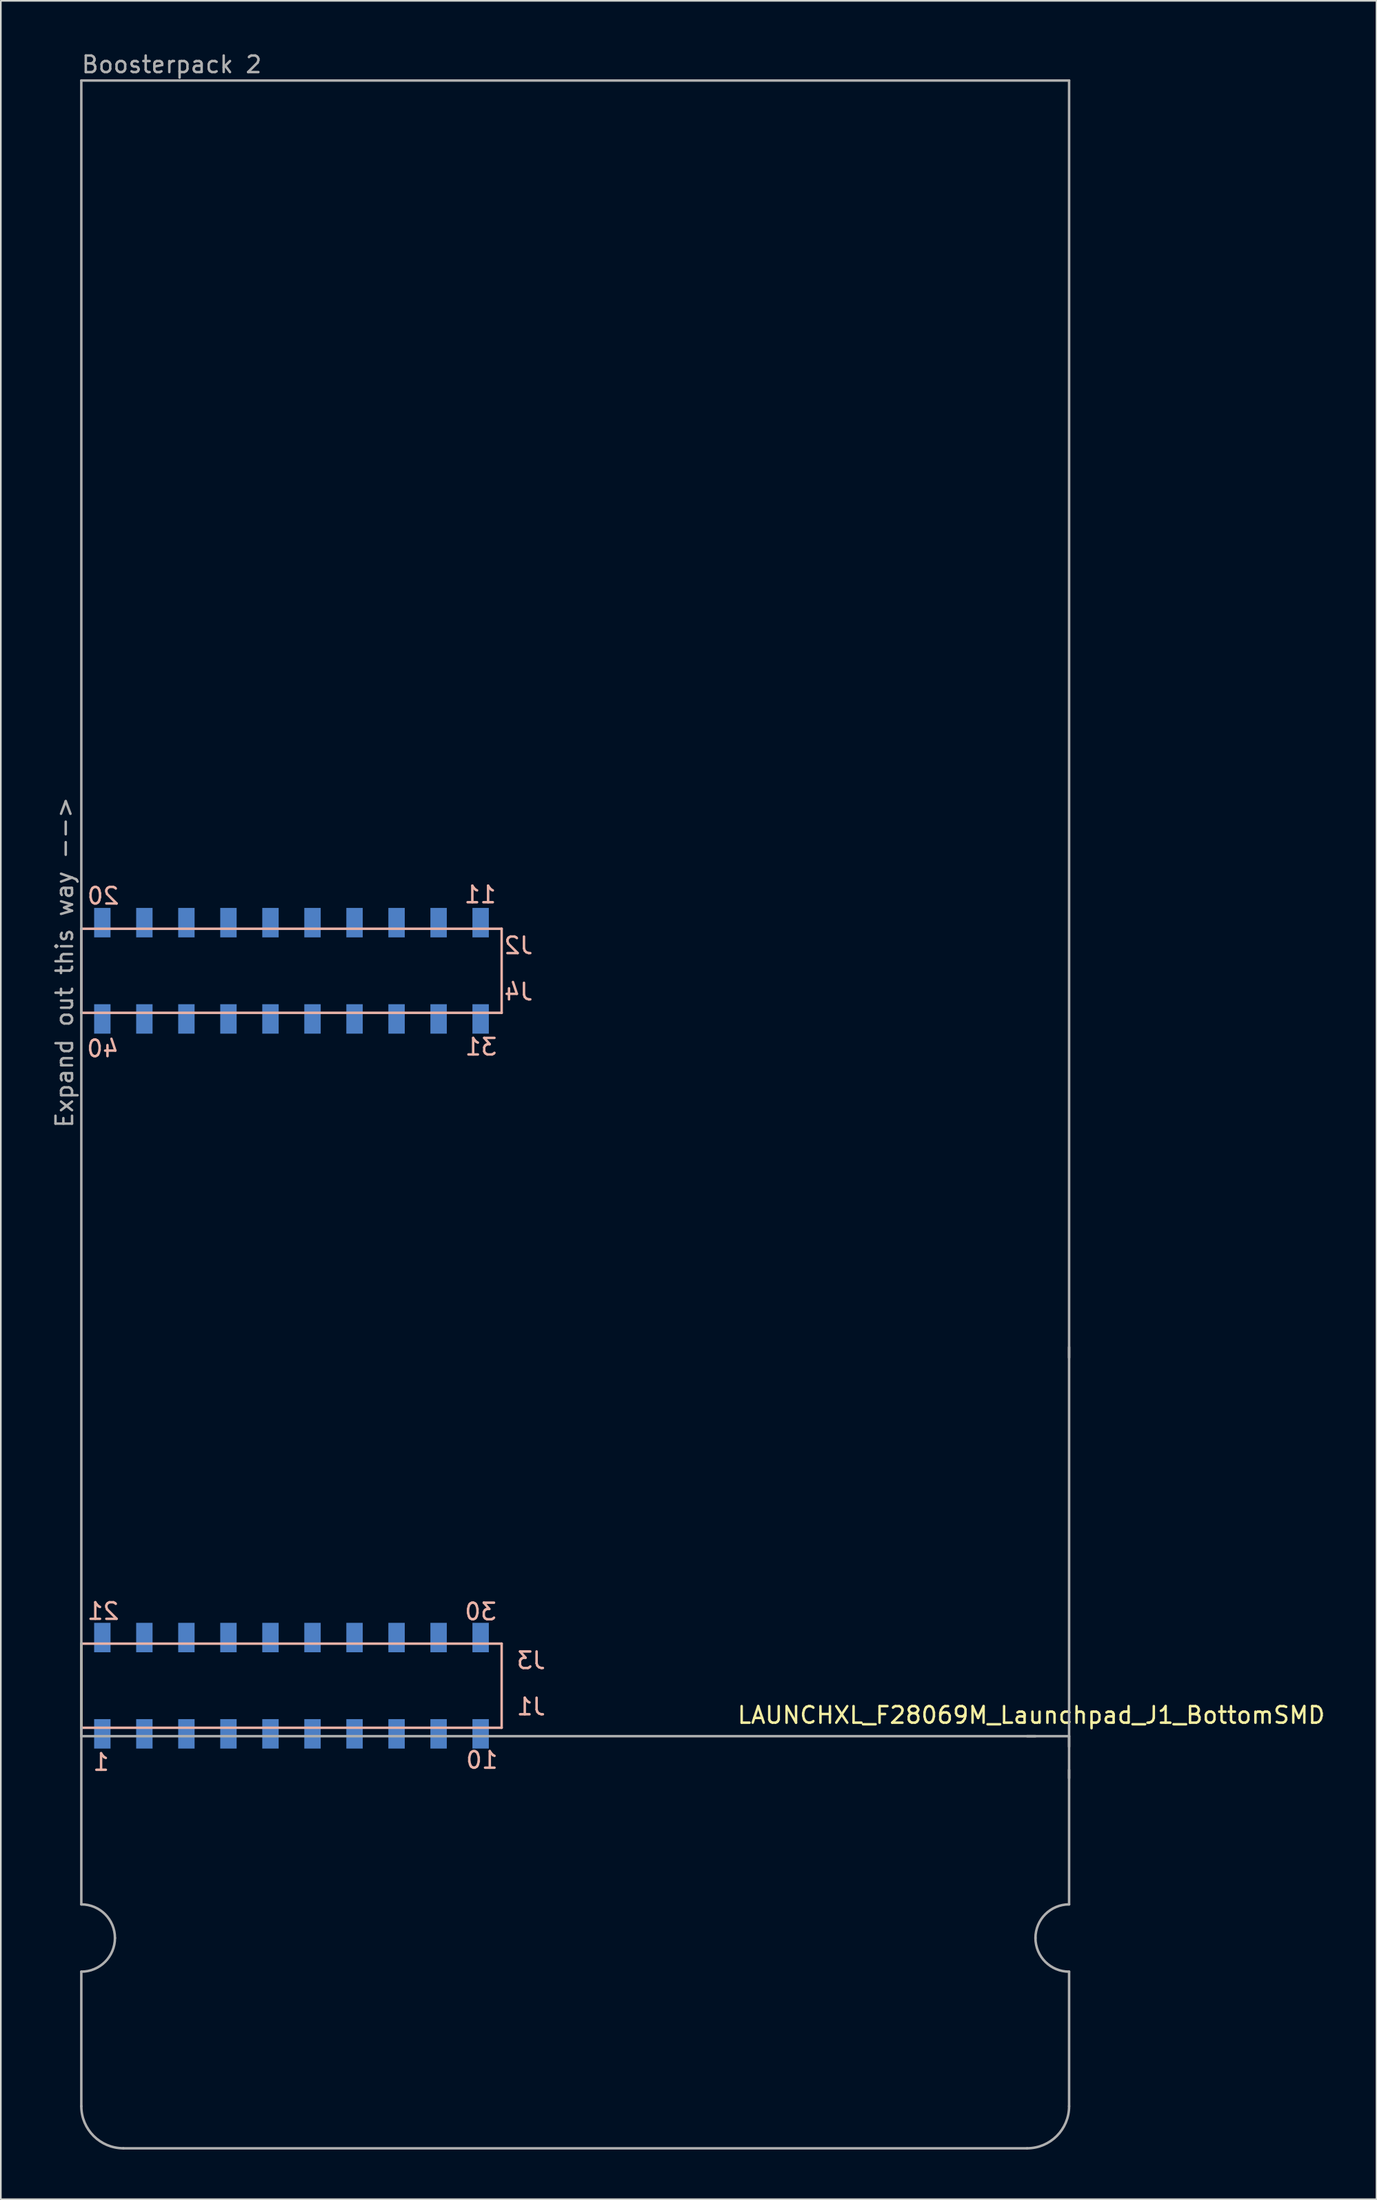
<source format=kicad_pcb>
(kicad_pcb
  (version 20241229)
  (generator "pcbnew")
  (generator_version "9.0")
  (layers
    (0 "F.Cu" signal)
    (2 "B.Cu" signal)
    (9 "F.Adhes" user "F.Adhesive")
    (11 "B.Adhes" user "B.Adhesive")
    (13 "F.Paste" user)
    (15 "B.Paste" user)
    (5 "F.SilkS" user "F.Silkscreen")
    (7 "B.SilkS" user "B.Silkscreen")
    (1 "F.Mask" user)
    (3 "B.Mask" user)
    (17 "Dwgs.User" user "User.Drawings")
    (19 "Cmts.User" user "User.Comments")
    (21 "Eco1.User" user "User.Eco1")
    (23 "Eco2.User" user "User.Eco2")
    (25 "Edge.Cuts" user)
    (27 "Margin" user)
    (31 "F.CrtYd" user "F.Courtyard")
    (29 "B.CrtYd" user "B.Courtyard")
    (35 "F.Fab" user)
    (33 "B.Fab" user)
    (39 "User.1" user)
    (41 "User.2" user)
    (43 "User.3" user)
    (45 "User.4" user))
  (footprint "LAUNCHXL_F28069M_Launchpad_J1_BottomSMD"
    (layer "F.Cu")
    (at 3.134 97.495)
    (property "Reference" "LAUNCHXL_F28069M_Launchpad_J1_BottomSMD" (at 56.134 3.048 180) (layer "F.SilkS") (effects (font (size 1 1) (thickness 0.15))))
    (attr through_hole)
    (fp_line (start -1.27 -1.27) (end -1.27 3.81) (stroke (width 0.15) (type solid)) (layer "F.SilkS"))
    (fp_line (start -1.27 -44.45) (end -1.27 -39.37) (stroke (width 0.15) (type solid)) (layer "B.SilkS"))
    (fp_line (start -1.27 -39.37) (end 24.13 -39.37) (stroke (width 0.15) (type solid)) (layer "B.SilkS"))
    (fp_line (start -1.27 3.81) (end 24.13 3.81) (stroke (width 0.15) (type solid)) (layer "B.SilkS"))
    (fp_line (start 24.13 -44.45) (end -1.27 -44.45) (stroke (width 0.15) (type solid)) (layer "B.SilkS"))
    (fp_line (start 24.13 -39.37) (end 24.13 -44.45) (stroke (width 0.15) (type solid)) (layer "B.SilkS"))
    (fp_line (start 24.13 -1.27) (end -1.27 -1.27) (stroke (width 0.15) (type solid)) (layer "B.SilkS"))
    (fp_line (start 24.13 3.81) (end 24.13 -1.27) (stroke (width 0.15) (type solid)) (layer "B.SilkS"))
    (fp_line (start -1.27 -95.682) (end 58.42 -95.682) (stroke (width 0.15) (type solid)) (layer "F.Fab"))
    (fp_line (start -1.27 3.81) (end -1.27 14.478) (stroke (width 0.15) (type solid)) (layer "F.Fab"))
    (fp_line (start -1.27 4.318) (end -1.27 -95.682) (stroke (width 0.15) (type solid)) (layer "F.Fab"))
    (fp_line (start -1.27 4.318) (end 56.388 4.318) (stroke (width 0.15) (type solid)) (layer "F.Fab"))
    (fp_line (start -1.27 18.542) (end -1.27 26.67) (stroke (width 0.15) (type solid)) (layer "F.Fab"))
    (fp_line (start 55.88 4.318) (end 58.42 4.318) (stroke (width 0.15) (type solid)) (layer "F.Fab"))
    (fp_line (start 55.88 29.21) (end 1.27 29.21) (stroke (width 0.15) (type solid)) (layer "F.Fab"))
    (fp_line (start 58.42 -19.177) (end 58.42 4.953) (stroke (width 0.15) (type solid)) (layer "F.Fab"))
    (fp_line (start 58.42 -18.542) (end 58.42 -95.682) (stroke (width 0.15) (type solid)) (layer "F.Fab"))
    (fp_line (start 58.42 4.318) (end 58.42 6.858) (stroke (width 0.15) (type solid)) (layer "F.Fab"))
    (fp_line (start 58.42 6.35) (end 58.42 14.478) (stroke (width 0.15) (type solid)) (layer "F.Fab"))
    (fp_line (start 58.42 18.542) (end 58.42 26.67) (stroke (width 0.15) (type solid)) (layer "F.Fab"))
    (fp_arc (start -1.27 14.478) (mid 0.166841 15.073159) (end 0.762 16.51) (stroke (width 0.15) (type solid)) (layer "F.Fab"))
    (fp_arc (start 0.762 16.51) (mid 0.166841 17.946841) (end -1.27 18.542) (stroke (width 0.15) (type solid)) (layer "F.Fab"))
    (fp_arc (start 1.27 29.21) (mid -0.526051 28.466051) (end -1.27 26.67) (stroke (width 0.15) (type solid)) (layer "F.Fab"))
    (fp_arc (start 56.388 16.51) (mid 56.983159 15.073159) (end 58.42 14.478) (stroke (width 0.15) (type solid)) (layer "F.Fab"))
    (fp_arc (start 58.42 18.542) (mid 56.983159 17.946841) (end 56.388 16.51) (stroke (width 0.15) (type solid)) (layer "F.Fab"))
    (fp_arc (start 58.42 26.67) (mid 57.676051 28.466051) (end 55.88 29.21) (stroke (width 0.15) (type solid)) (layer "F.Fab"))
    (fp_text user "11" (at 22.835 -46.507 0) (layer "B.SilkS") (effects (font (size 1 1) (thickness 0.15)) (justify mirror)))
    (fp_text user "10" (at 22.936 5.766 0) (layer "B.SilkS") (effects (font (size 1 1) (thickness 0.15)) (justify mirror)))
    (fp_text user "20" (at 0.051 -46.431 0) (layer "B.SilkS") (effects (font (size 1 1) (thickness 0.15)) (justify mirror)))
    (fp_text user "J2" (at 25.146 -43.434 0) (layer "B.SilkS") (effects (font (size 1 1) (thickness 0.15)) (justify mirror)))
    (fp_text user "40" (at 0.025 -37.211 0) (layer "B.SilkS") (effects (font (size 1 1) (thickness 0.15)) (justify mirror)))
    (fp_text user "1" (at -0.076 5.893 0) (layer "B.SilkS") (effects (font (size 1 1) (thickness 0.15)) (justify mirror)))
    (fp_text user "J3" (at 25.908 -0.254 0) (layer "B.SilkS") (effects (font (size 1 1) (thickness 0.15)) (justify mirror)))
    (fp_text user "21" (at 0.051 -3.226 0) (layer "B.SilkS") (effects (font (size 1 1) (thickness 0.15)) (justify mirror)))
    (fp_text user "31" (at 22.885 -37.313 0) (layer "B.SilkS") (effects (font (size 1 1) (thickness 0.15)) (justify mirror)))
    (fp_text user "30" (at 22.86 -3.2 0) (layer "B.SilkS") (effects (font (size 1 1) (thickness 0.15)) (justify mirror)))
    (fp_text user "J4" (at 25.146 -40.64 0) (layer "B.SilkS") (effects (font (size 1 1) (thickness 0.15)) (justify mirror)))
    (fp_text user "J1" (at 25.908 2.54 0) (layer "B.SilkS") (effects (font (size 1 1) (thickness 0.15)) (justify mirror)))
    (fp_text user "Boosterpack 2" (at 4.191 -96.647 0) (layer "F.Fab") (effects (font (size 1 1) (thickness 0.15))))
    (fp_text user "Expand out this way -->" (at -2.286 -42.418 90) (layer "F.Fab") (effects (font (size 1 1) (thickness 0.15))))
    (pad "+3V3" smd rect (at 0 4.178) (size 0.991 1.778) (layers "F.Mask" "B.Cu" "F.Paste"))
    (pad "+5V" smd rect (at 0 -1.638) (size 0.991 1.778) (layers "F.Mask" "B.Cu" "F.Paste"))
    (pad "A_A0" smd rect (at 15.24 -1.638) (size 0.991 1.778) (layers "F.Mask" "B.Cu" "F.Paste"))
    (pad "A_A1" smd rect (at 20.32 -1.638) (size 0.991 1.778) (layers "F.Mask" "B.Cu" "F.Paste"))
    (pad "A_A2" smd rect (at 10.16 -1.638) (size 0.991 1.778) (layers "F.Mask" "B.Cu" "F.Paste"))
    (pad "A_A6" smd rect (at 2.54 4.178) (size 0.991 1.778) (layers "F.Mask" "B.Cu" "F.Paste"))
    (pad "A_A7" smd rect (at 5.08 -1.638) (size 0.991 1.778) (layers "F.Mask" "B.Cu" "F.Paste"))
    (pad "A_B0" smd rect (at 17.78 -1.638) (size 0.991 1.778) (layers "F.Mask" "B.Cu" "F.Paste"))
    (pad "A_B1" smd rect (at 7.62 -1.638) (size 0.991 1.778) (layers "F.Mask" "B.Cu" "F.Paste"))
    (pad "A_B2" smd rect (at 12.7 -1.638) (size 0.991 1.778) (layers "F.Mask" "B.Cu" "F.Paste"))
    (pad "A_B6" smd rect (at 12.7 4.178) (size 0.991 1.778) (layers "F.Mask" "B.Cu" "F.Paste"))
    (pad "DAC1" smd rect (at 20.32 -39.002) (size 0.991 1.778) (layers "F.Mask" "B.Cu" "F.Paste"))
    (pad "DAC2" smd rect (at 22.86 -39.002) (size 0.991 1.778) (layers "F.Mask" "B.Cu" "F.Paste"))
    (pad "GND" smd rect (at 0 -44.818) (size 0.991 1.778) (layers "F.Mask" "B.Cu" "F.Paste"))
    (pad "GND" smd rect (at 2.54 -1.638) (size 0.991 1.778) (layers "F.Mask" "B.Cu" "F.Paste"))
    (pad "NC" smd rect (at 7.62 -44.818) (size 0.991 1.778) (layers "F.Mask" "B.Cu" "F.Paste"))
    (pad "NC" smd rect (at 17.78 -39.002) (size 0.991 1.778) (layers "F.Mask" "B.Cu" "F.Paste"))
    (pad "NC" smd rect (at 22.86 -1.638) (size 0.991 1.778) (layers "F.Mask" "B.Cu" "F.Paste"))
    (pad "P_0" smd rect (at 0 -39.002) (size 0.991 1.778) (layers "F.Mask" "B.Cu" "F.Paste"))
    (pad "P_1" smd rect (at 2.54 -39.002) (size 0.991 1.778) (layers "F.Mask" "B.Cu" "F.Paste"))
    (pad "P_2" smd rect (at 5.08 -39.002) (size 0.991 1.778) (layers "F.Mask" "B.Cu" "F.Paste"))
    (pad "P_3" smd rect (at 7.62 -39.002) (size 0.991 1.778) (layers "F.Mask" "B.Cu" "F.Paste"))
    (pad "P_4" smd rect (at 10.16 -39.002) (size 0.991 1.778) (layers "F.Mask" "B.Cu" "F.Paste"))
    (pad "P_5" smd rect (at 12.7 -39.002) (size 0.991 1.778) (layers "F.Mask" "B.Cu" "F.Paste"))
    (pad "P_12" smd rect (at 10.16 4.178) (size 0.991 1.778) (layers "F.Mask" "B.Cu" "F.Paste"))
    (pad "P_13" smd rect (at 15.24 -39.002) (size 0.991 1.778) (layers "F.Mask" "B.Cu" "F.Paste"))
    (pad "P_16" smd rect (at 12.7 -44.818) (size 0.991 1.778) (layers "F.Mask" "B.Cu" "F.Paste"))
    (pad "P_17" smd rect (at 15.24 -44.818) (size 0.991 1.778) (layers "F.Mask" "B.Cu" "F.Paste"))
    (pad "P_18" smd rect (at 15.24 4.178) (size 0.991 1.778) (layers "F.Mask" "B.Cu" "F.Paste"))
    (pad "P_19" smd rect (at 2.54 -44.818) (size 0.991 1.778) (layers "F.Mask" "B.Cu" "F.Paste"))
    (pad "P_22" smd rect (at 17.78 4.178) (size 0.991 1.778) (layers "F.Mask" "B.Cu" "F.Paste"))
    (pad "P_28" smd rect (at 5.08 4.178) (size 0.991 1.778) (layers "F.Mask" "B.Cu" "F.Paste"))
    (pad "P_29" smd rect (at 7.62 4.178) (size 0.991 1.778) (layers "F.Mask" "B.Cu" "F.Paste"))
    (pad "P_32" smd rect (at 22.86 4.178) (size 0.991 1.778) (layers "F.Mask" "B.Cu" "F.Paste"))
    (pad "P_33" smd rect (at 20.32 4.178) (size 0.991 1.778) (layers "F.Mask" "B.Cu" "F.Paste"))
    (pad "P_44" smd rect (at 5.08 -44.818) (size 0.991 1.778) (layers "F.Mask" "B.Cu" "F.Paste"))
    (pad "P_50" smd rect (at 17.78 -44.818) (size 0.991 1.778) (layers "F.Mask" "B.Cu" "F.Paste"))
    (pad "P_51" smd rect (at 20.32 -44.818) (size 0.991 1.778) (layers "F.Mask" "B.Cu" "F.Paste"))
    (pad "P_55" smd rect (at 22.86 -44.818) (size 0.991 1.778) (layers "F.Mask" "B.Cu" "F.Paste"))
    (pad "Rese" smd rect (at 10.16 -44.818) (size 0.991 1.778) (layers "F.Mask" "B.Cu" "F.Paste")))
  (gr_rect
    (start -3 -3)
    (end 80.131 129.78)
    (stroke (width 0.1) (type default))
    (fill no)
    (layer "Edge.Cuts")))
</source>
